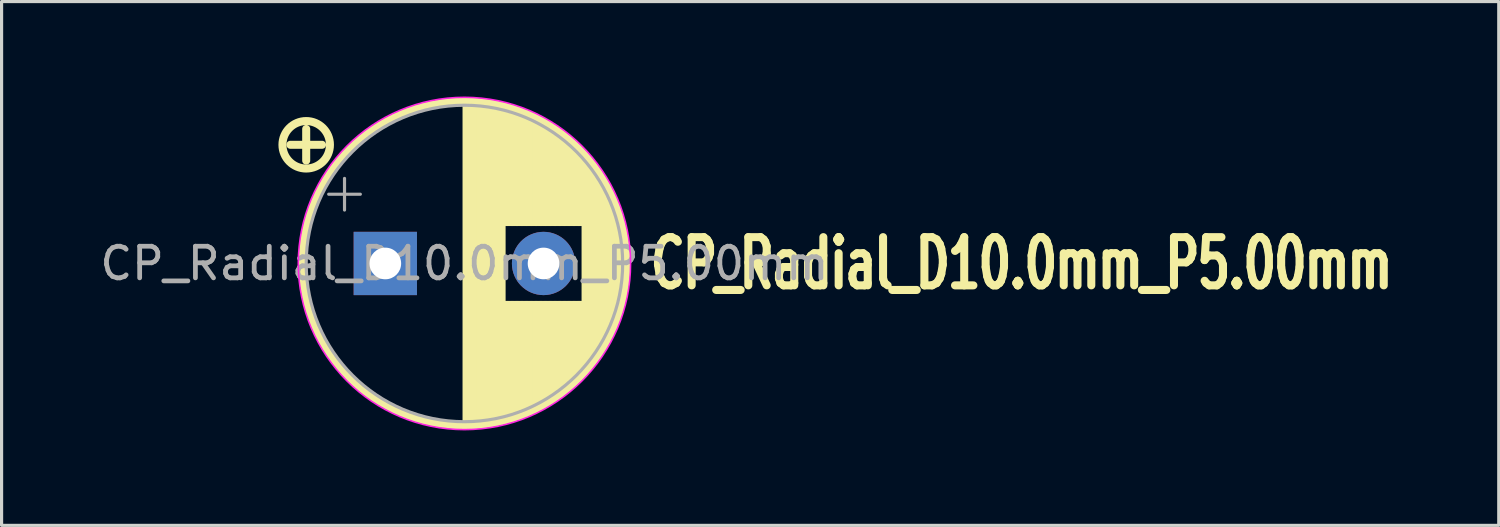
<source format=kicad_pcb>
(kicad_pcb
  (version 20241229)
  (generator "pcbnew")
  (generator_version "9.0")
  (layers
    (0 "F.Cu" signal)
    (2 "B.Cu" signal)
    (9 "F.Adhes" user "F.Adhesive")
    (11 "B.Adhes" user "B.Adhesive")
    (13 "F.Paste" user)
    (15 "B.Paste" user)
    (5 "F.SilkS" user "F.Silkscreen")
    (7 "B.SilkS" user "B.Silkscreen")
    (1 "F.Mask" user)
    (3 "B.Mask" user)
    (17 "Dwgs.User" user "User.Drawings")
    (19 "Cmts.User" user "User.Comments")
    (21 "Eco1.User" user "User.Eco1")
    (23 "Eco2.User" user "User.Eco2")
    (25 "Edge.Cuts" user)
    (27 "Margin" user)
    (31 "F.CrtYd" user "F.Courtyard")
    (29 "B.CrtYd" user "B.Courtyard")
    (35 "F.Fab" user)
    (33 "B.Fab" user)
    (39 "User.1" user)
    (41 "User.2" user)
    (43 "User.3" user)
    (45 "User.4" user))
  (footprint "CP_Radial_D10.0mm_P5.00mm"
    (layer "F.Cu")
    (at 9.125 5.275)
    (property "Reference" "CP_Radial_D10.0mm_P5.00mm" (at 8.255 0 0) (layer "F.SilkS") (effects (font (size 1.524 1.016) (thickness 0.254)) (justify left)))
    (attr through_hole)
    (fp_line (start -2.5 -4.25) (end -2.5 -3.25) (stroke (width 0.254) (type solid)) (layer "F.SilkS"))
    (fp_line (start -2 -3.75) (end -3 -3.75) (stroke (width 0.254) (type solid)) (layer "F.SilkS"))
    (fp_line (start 2.5 -5.08) (end 2.5 5.08) (stroke (width 0.12) (type solid)) (layer "F.SilkS"))
    (fp_line (start 2.54 -5.08) (end 2.54 5.08) (stroke (width 0.12) (type solid)) (layer "F.SilkS"))
    (fp_line (start 2.58 -5.08) (end 2.58 5.08) (stroke (width 0.12) (type solid)) (layer "F.SilkS"))
    (fp_line (start 2.62 -5.079) (end 2.62 5.079) (stroke (width 0.12) (type solid)) (layer "F.SilkS"))
    (fp_line (start 2.66 -5.078) (end 2.66 5.078) (stroke (width 0.12) (type solid)) (layer "F.SilkS"))
    (fp_line (start 2.7 -5.077) (end 2.7 5.077) (stroke (width 0.12) (type solid)) (layer "F.SilkS"))
    (fp_line (start 2.74 -5.075) (end 2.74 5.075) (stroke (width 0.12) (type solid)) (layer "F.SilkS"))
    (fp_line (start 2.78 -5.073) (end 2.78 5.073) (stroke (width 0.12) (type solid)) (layer "F.SilkS"))
    (fp_line (start 2.82 -5.07) (end 2.82 5.07) (stroke (width 0.12) (type solid)) (layer "F.SilkS"))
    (fp_line (start 2.86 -5.068) (end 2.86 5.068) (stroke (width 0.12) (type solid)) (layer "F.SilkS"))
    (fp_line (start 2.9 -5.065) (end 2.9 5.065) (stroke (width 0.12) (type solid)) (layer "F.SilkS"))
    (fp_line (start 2.94 -5.062) (end 2.94 5.062) (stroke (width 0.12) (type solid)) (layer "F.SilkS"))
    (fp_line (start 2.98 -5.058) (end 2.98 5.058) (stroke (width 0.12) (type solid)) (layer "F.SilkS"))
    (fp_line (start 3.02 -5.054) (end 3.02 5.054) (stroke (width 0.12) (type solid)) (layer "F.SilkS"))
    (fp_line (start 3.06 -5.05) (end 3.06 5.05) (stroke (width 0.12) (type solid)) (layer "F.SilkS"))
    (fp_line (start 3.1 -5.045) (end 3.1 5.045) (stroke (width 0.12) (type solid)) (layer "F.SilkS"))
    (fp_line (start 3.14 -5.04) (end 3.14 5.04) (stroke (width 0.12) (type solid)) (layer "F.SilkS"))
    (fp_line (start 3.18 -5.035) (end 3.18 5.035) (stroke (width 0.12) (type solid)) (layer "F.SilkS"))
    (fp_line (start 3.221 -5.03) (end 3.221 5.03) (stroke (width 0.12) (type solid)) (layer "F.SilkS"))
    (fp_line (start 3.261 -5.024) (end 3.261 5.024) (stroke (width 0.12) (type solid)) (layer "F.SilkS"))
    (fp_line (start 3.301 -5.018) (end 3.301 5.018) (stroke (width 0.12) (type solid)) (layer "F.SilkS"))
    (fp_line (start 3.341 -5.011) (end 3.341 5.011) (stroke (width 0.12) (type solid)) (layer "F.SilkS"))
    (fp_line (start 3.381 -5.004) (end 3.381 5.004) (stroke (width 0.12) (type solid)) (layer "F.SilkS"))
    (fp_line (start 3.421 -4.997) (end 3.421 4.997) (stroke (width 0.12) (type solid)) (layer "F.SilkS"))
    (fp_line (start 3.461 -4.99) (end 3.461 4.99) (stroke (width 0.12) (type solid)) (layer "F.SilkS"))
    (fp_line (start 3.501 -4.982) (end 3.501 4.982) (stroke (width 0.12) (type solid)) (layer "F.SilkS"))
    (fp_line (start 3.541 -4.974) (end 3.541 4.974) (stroke (width 0.12) (type solid)) (layer "F.SilkS"))
    (fp_line (start 3.581 -4.965) (end 3.581 4.965) (stroke (width 0.12) (type solid)) (layer "F.SilkS"))
    (fp_line (start 3.621 -4.956) (end 3.621 4.956) (stroke (width 0.12) (type solid)) (layer "F.SilkS"))
    (fp_line (start 3.661 -4.947) (end 3.661 4.947) (stroke (width 0.12) (type solid)) (layer "F.SilkS"))
    (fp_line (start 3.701 -4.938) (end 3.701 4.938) (stroke (width 0.12) (type solid)) (layer "F.SilkS"))
    (fp_line (start 3.741 -4.928) (end 3.741 4.928) (stroke (width 0.12) (type solid)) (layer "F.SilkS"))
    (fp_line (start 3.781 -4.918) (end 3.781 -1.241) (stroke (width 0.12) (type solid)) (layer "F.SilkS"))
    (fp_line (start 3.781 1.241) (end 3.781 4.918) (stroke (width 0.12) (type solid)) (layer "F.SilkS"))
    (fp_line (start 3.821 -4.907) (end 3.821 -1.241) (stroke (width 0.12) (type solid)) (layer "F.SilkS"))
    (fp_line (start 3.821 1.241) (end 3.821 4.907) (stroke (width 0.12) (type solid)) (layer "F.SilkS"))
    (fp_line (start 3.861 -4.897) (end 3.861 -1.241) (stroke (width 0.12) (type solid)) (layer "F.SilkS"))
    (fp_line (start 3.861 1.241) (end 3.861 4.897) (stroke (width 0.12) (type solid)) (layer "F.SilkS"))
    (fp_line (start 3.901 -4.885) (end 3.901 -1.241) (stroke (width 0.12) (type solid)) (layer "F.SilkS"))
    (fp_line (start 3.901 1.241) (end 3.901 4.885) (stroke (width 0.12) (type solid)) (layer "F.SilkS"))
    (fp_line (start 3.941 -4.874) (end 3.941 -1.241) (stroke (width 0.12) (type solid)) (layer "F.SilkS"))
    (fp_line (start 3.941 1.241) (end 3.941 4.874) (stroke (width 0.12) (type solid)) (layer "F.SilkS"))
    (fp_line (start 3.981 -4.862) (end 3.981 -1.241) (stroke (width 0.12) (type solid)) (layer "F.SilkS"))
    (fp_line (start 3.981 1.241) (end 3.981 4.862) (stroke (width 0.12) (type solid)) (layer "F.SilkS"))
    (fp_line (start 4.021 -4.85) (end 4.021 -1.241) (stroke (width 0.12) (type solid)) (layer "F.SilkS"))
    (fp_line (start 4.021 1.241) (end 4.021 4.85) (stroke (width 0.12) (type solid)) (layer "F.SilkS"))
    (fp_line (start 4.061 -4.837) (end 4.061 -1.241) (stroke (width 0.12) (type solid)) (layer "F.SilkS"))
    (fp_line (start 4.061 1.241) (end 4.061 4.837) (stroke (width 0.12) (type solid)) (layer "F.SilkS"))
    (fp_line (start 4.101 -4.824) (end 4.101 -1.241) (stroke (width 0.12) (type solid)) (layer "F.SilkS"))
    (fp_line (start 4.101 1.241) (end 4.101 4.824) (stroke (width 0.12) (type solid)) (layer "F.SilkS"))
    (fp_line (start 4.141 -4.811) (end 4.141 -1.241) (stroke (width 0.12) (type solid)) (layer "F.SilkS"))
    (fp_line (start 4.141 1.241) (end 4.141 4.811) (stroke (width 0.12) (type solid)) (layer "F.SilkS"))
    (fp_line (start 4.181 -4.797) (end 4.181 -1.241) (stroke (width 0.12) (type solid)) (layer "F.SilkS"))
    (fp_line (start 4.181 1.241) (end 4.181 4.797) (stroke (width 0.12) (type solid)) (layer "F.SilkS"))
    (fp_line (start 4.221 -4.783) (end 4.221 -1.241) (stroke (width 0.12) (type solid)) (layer "F.SilkS"))
    (fp_line (start 4.221 1.241) (end 4.221 4.783) (stroke (width 0.12) (type solid)) (layer "F.SilkS"))
    (fp_line (start 4.261 -4.768) (end 4.261 -1.241) (stroke (width 0.12) (type solid)) (layer "F.SilkS"))
    (fp_line (start 4.261 1.241) (end 4.261 4.768) (stroke (width 0.12) (type solid)) (layer "F.SilkS"))
    (fp_line (start 4.301 -4.754) (end 4.301 -1.241) (stroke (width 0.12) (type solid)) (layer "F.SilkS"))
    (fp_line (start 4.301 1.241) (end 4.301 4.754) (stroke (width 0.12) (type solid)) (layer "F.SilkS"))
    (fp_line (start 4.341 -4.738) (end 4.341 -1.241) (stroke (width 0.12) (type solid)) (layer "F.SilkS"))
    (fp_line (start 4.341 1.241) (end 4.341 4.738) (stroke (width 0.12) (type solid)) (layer "F.SilkS"))
    (fp_line (start 4.381 -4.723) (end 4.381 -1.241) (stroke (width 0.12) (type solid)) (layer "F.SilkS"))
    (fp_line (start 4.381 1.241) (end 4.381 4.723) (stroke (width 0.12) (type solid)) (layer "F.SilkS"))
    (fp_line (start 4.421 -4.707) (end 4.421 -1.241) (stroke (width 0.12) (type solid)) (layer "F.SilkS"))
    (fp_line (start 4.421 1.241) (end 4.421 4.707) (stroke (width 0.12) (type solid)) (layer "F.SilkS"))
    (fp_line (start 4.461 -4.69) (end 4.461 -1.241) (stroke (width 0.12) (type solid)) (layer "F.SilkS"))
    (fp_line (start 4.461 1.241) (end 4.461 4.69) (stroke (width 0.12) (type solid)) (layer "F.SilkS"))
    (fp_line (start 4.501 -4.674) (end 4.501 -1.241) (stroke (width 0.12) (type solid)) (layer "F.SilkS"))
    (fp_line (start 4.501 1.241) (end 4.501 4.674) (stroke (width 0.12) (type solid)) (layer "F.SilkS"))
    (fp_line (start 4.541 -4.657) (end 4.541 -1.241) (stroke (width 0.12) (type solid)) (layer "F.SilkS"))
    (fp_line (start 4.541 1.241) (end 4.541 4.657) (stroke (width 0.12) (type solid)) (layer "F.SilkS"))
    (fp_line (start 4.581 -4.639) (end 4.581 -1.241) (stroke (width 0.12) (type solid)) (layer "F.SilkS"))
    (fp_line (start 4.581 1.241) (end 4.581 4.639) (stroke (width 0.12) (type solid)) (layer "F.SilkS"))
    (fp_line (start 4.621 -4.621) (end 4.621 -1.241) (stroke (width 0.12) (type solid)) (layer "F.SilkS"))
    (fp_line (start 4.621 1.241) (end 4.621 4.621) (stroke (width 0.12) (type solid)) (layer "F.SilkS"))
    (fp_line (start 4.661 -4.603) (end 4.661 -1.241) (stroke (width 0.12) (type solid)) (layer "F.SilkS"))
    (fp_line (start 4.661 1.241) (end 4.661 4.603) (stroke (width 0.12) (type solid)) (layer "F.SilkS"))
    (fp_line (start 4.701 -4.584) (end 4.701 -1.241) (stroke (width 0.12) (type solid)) (layer "F.SilkS"))
    (fp_line (start 4.701 1.241) (end 4.701 4.584) (stroke (width 0.12) (type solid)) (layer "F.SilkS"))
    (fp_line (start 4.741 -4.564) (end 4.741 -1.241) (stroke (width 0.12) (type solid)) (layer "F.SilkS"))
    (fp_line (start 4.741 1.241) (end 4.741 4.564) (stroke (width 0.12) (type solid)) (layer "F.SilkS"))
    (fp_line (start 4.781 -4.545) (end 4.781 -1.241) (stroke (width 0.12) (type solid)) (layer "F.SilkS"))
    (fp_line (start 4.781 1.241) (end 4.781 4.545) (stroke (width 0.12) (type solid)) (layer "F.SilkS"))
    (fp_line (start 4.821 -4.525) (end 4.821 -1.241) (stroke (width 0.12) (type solid)) (layer "F.SilkS"))
    (fp_line (start 4.821 1.241) (end 4.821 4.525) (stroke (width 0.12) (type solid)) (layer "F.SilkS"))
    (fp_line (start 4.861 -4.504) (end 4.861 -1.241) (stroke (width 0.12) (type solid)) (layer "F.SilkS"))
    (fp_line (start 4.861 1.241) (end 4.861 4.504) (stroke (width 0.12) (type solid)) (layer "F.SilkS"))
    (fp_line (start 4.901 -4.483) (end 4.901 -1.241) (stroke (width 0.12) (type solid)) (layer "F.SilkS"))
    (fp_line (start 4.901 1.241) (end 4.901 4.483) (stroke (width 0.12) (type solid)) (layer "F.SilkS"))
    (fp_line (start 4.941 -4.462) (end 4.941 -1.241) (stroke (width 0.12) (type solid)) (layer "F.SilkS"))
    (fp_line (start 4.941 1.241) (end 4.941 4.462) (stroke (width 0.12) (type solid)) (layer "F.SilkS"))
    (fp_line (start 4.981 -4.44) (end 4.981 -1.241) (stroke (width 0.12) (type solid)) (layer "F.SilkS"))
    (fp_line (start 4.981 1.241) (end 4.981 4.44) (stroke (width 0.12) (type solid)) (layer "F.SilkS"))
    (fp_line (start 5.021 -4.417) (end 5.021 -1.241) (stroke (width 0.12) (type solid)) (layer "F.SilkS"))
    (fp_line (start 5.021 1.241) (end 5.021 4.417) (stroke (width 0.12) (type solid)) (layer "F.SilkS"))
    (fp_line (start 5.061 -4.395) (end 5.061 -1.241) (stroke (width 0.12) (type solid)) (layer "F.SilkS"))
    (fp_line (start 5.061 1.241) (end 5.061 4.395) (stroke (width 0.12) (type solid)) (layer "F.SilkS"))
    (fp_line (start 5.101 -4.371) (end 5.101 -1.241) (stroke (width 0.12) (type solid)) (layer "F.SilkS"))
    (fp_line (start 5.101 1.241) (end 5.101 4.371) (stroke (width 0.12) (type solid)) (layer "F.SilkS"))
    (fp_line (start 5.141 -4.347) (end 5.141 -1.241) (stroke (width 0.12) (type solid)) (layer "F.SilkS"))
    (fp_line (start 5.141 1.241) (end 5.141 4.347) (stroke (width 0.12) (type solid)) (layer "F.SilkS"))
    (fp_line (start 5.181 -4.323) (end 5.181 -1.241) (stroke (width 0.12) (type solid)) (layer "F.SilkS"))
    (fp_line (start 5.181 1.241) (end 5.181 4.323) (stroke (width 0.12) (type solid)) (layer "F.SilkS"))
    (fp_line (start 5.221 -4.298) (end 5.221 -1.241) (stroke (width 0.12) (type solid)) (layer "F.SilkS"))
    (fp_line (start 5.221 1.241) (end 5.221 4.298) (stroke (width 0.12) (type solid)) (layer "F.SilkS"))
    (fp_line (start 5.261 -4.273) (end 5.261 -1.241) (stroke (width 0.12) (type solid)) (layer "F.SilkS"))
    (fp_line (start 5.261 1.241) (end 5.261 4.273) (stroke (width 0.12) (type solid)) (layer "F.SilkS"))
    (fp_line (start 5.301 -4.247) (end 5.301 -1.241) (stroke (width 0.12) (type solid)) (layer "F.SilkS"))
    (fp_line (start 5.301 1.241) (end 5.301 4.247) (stroke (width 0.12) (type solid)) (layer "F.SilkS"))
    (fp_line (start 5.341 -4.221) (end 5.341 -1.241) (stroke (width 0.12) (type solid)) (layer "F.SilkS"))
    (fp_line (start 5.341 1.241) (end 5.341 4.221) (stroke (width 0.12) (type solid)) (layer "F.SilkS"))
    (fp_line (start 5.381 -4.194) (end 5.381 -1.241) (stroke (width 0.12) (type solid)) (layer "F.SilkS"))
    (fp_line (start 5.381 1.241) (end 5.381 4.194) (stroke (width 0.12) (type solid)) (layer "F.SilkS"))
    (fp_line (start 5.421 -4.166) (end 5.421 -1.241) (stroke (width 0.12) (type solid)) (layer "F.SilkS"))
    (fp_line (start 5.421 1.241) (end 5.421 4.166) (stroke (width 0.12) (type solid)) (layer "F.SilkS"))
    (fp_line (start 5.461 -4.138) (end 5.461 -1.241) (stroke (width 0.12) (type solid)) (layer "F.SilkS"))
    (fp_line (start 5.461 1.241) (end 5.461 4.138) (stroke (width 0.12) (type solid)) (layer "F.SilkS"))
    (fp_line (start 5.501 -4.11) (end 5.501 -1.241) (stroke (width 0.12) (type solid)) (layer "F.SilkS"))
    (fp_line (start 5.501 1.241) (end 5.501 4.11) (stroke (width 0.12) (type solid)) (layer "F.SilkS"))
    (fp_line (start 5.541 -4.08) (end 5.541 -1.241) (stroke (width 0.12) (type solid)) (layer "F.SilkS"))
    (fp_line (start 5.541 1.241) (end 5.541 4.08) (stroke (width 0.12) (type solid)) (layer "F.SilkS"))
    (fp_line (start 5.581 -4.05) (end 5.581 -1.241) (stroke (width 0.12) (type solid)) (layer "F.SilkS"))
    (fp_line (start 5.581 1.241) (end 5.581 4.05) (stroke (width 0.12) (type solid)) (layer "F.SilkS"))
    (fp_line (start 5.621 -4.02) (end 5.621 -1.241) (stroke (width 0.12) (type solid)) (layer "F.SilkS"))
    (fp_line (start 5.621 1.241) (end 5.621 4.02) (stroke (width 0.12) (type solid)) (layer "F.SilkS"))
    (fp_line (start 5.661 -3.989) (end 5.661 -1.241) (stroke (width 0.12) (type solid)) (layer "F.SilkS"))
    (fp_line (start 5.661 1.241) (end 5.661 3.989) (stroke (width 0.12) (type solid)) (layer "F.SilkS"))
    (fp_line (start 5.701 -3.957) (end 5.701 -1.241) (stroke (width 0.12) (type solid)) (layer "F.SilkS"))
    (fp_line (start 5.701 1.241) (end 5.701 3.957) (stroke (width 0.12) (type solid)) (layer "F.SilkS"))
    (fp_line (start 5.741 -3.925) (end 5.741 -1.241) (stroke (width 0.12) (type solid)) (layer "F.SilkS"))
    (fp_line (start 5.741 1.241) (end 5.741 3.925) (stroke (width 0.12) (type solid)) (layer "F.SilkS"))
    (fp_line (start 5.781 -3.892) (end 5.781 -1.241) (stroke (width 0.12) (type solid)) (layer "F.SilkS"))
    (fp_line (start 5.781 1.241) (end 5.781 3.892) (stroke (width 0.12) (type solid)) (layer "F.SilkS"))
    (fp_line (start 5.821 -3.858) (end 5.821 -1.241) (stroke (width 0.12) (type solid)) (layer "F.SilkS"))
    (fp_line (start 5.821 1.241) (end 5.821 3.858) (stroke (width 0.12) (type solid)) (layer "F.SilkS"))
    (fp_line (start 5.861 -3.824) (end 5.861 -1.241) (stroke (width 0.12) (type solid)) (layer "F.SilkS"))
    (fp_line (start 5.861 1.241) (end 5.861 3.824) (stroke (width 0.12) (type solid)) (layer "F.SilkS"))
    (fp_line (start 5.901 -3.789) (end 5.901 -1.241) (stroke (width 0.12) (type solid)) (layer "F.SilkS"))
    (fp_line (start 5.901 1.241) (end 5.901 3.789) (stroke (width 0.12) (type solid)) (layer "F.SilkS"))
    (fp_line (start 5.941 -3.753) (end 5.941 -1.241) (stroke (width 0.12) (type solid)) (layer "F.SilkS"))
    (fp_line (start 5.941 1.241) (end 5.941 3.753) (stroke (width 0.12) (type solid)) (layer "F.SilkS"))
    (fp_line (start 5.981 -3.716) (end 5.981 -1.241) (stroke (width 0.12) (type solid)) (layer "F.SilkS"))
    (fp_line (start 5.981 1.241) (end 5.981 3.716) (stroke (width 0.12) (type solid)) (layer "F.SilkS"))
    (fp_line (start 6.021 -3.679) (end 6.021 -1.241) (stroke (width 0.12) (type solid)) (layer "F.SilkS"))
    (fp_line (start 6.021 1.241) (end 6.021 3.679) (stroke (width 0.12) (type solid)) (layer "F.SilkS"))
    (fp_line (start 6.061 -3.64) (end 6.061 -1.241) (stroke (width 0.12) (type solid)) (layer "F.SilkS"))
    (fp_line (start 6.061 1.241) (end 6.061 3.64) (stroke (width 0.12) (type solid)) (layer "F.SilkS"))
    (fp_line (start 6.101 -3.601) (end 6.101 -1.241) (stroke (width 0.12) (type solid)) (layer "F.SilkS"))
    (fp_line (start 6.101 1.241) (end 6.101 3.601) (stroke (width 0.12) (type solid)) (layer "F.SilkS"))
    (fp_line (start 6.141 -3.561) (end 6.141 -1.241) (stroke (width 0.12) (type solid)) (layer "F.SilkS"))
    (fp_line (start 6.141 1.241) (end 6.141 3.561) (stroke (width 0.12) (type solid)) (layer "F.SilkS"))
    (fp_line (start 6.181 -3.52) (end 6.181 -1.241) (stroke (width 0.12) (type solid)) (layer "F.SilkS"))
    (fp_line (start 6.181 1.241) (end 6.181 3.52) (stroke (width 0.12) (type solid)) (layer "F.SilkS"))
    (fp_line (start 6.221 -3.478) (end 6.221 -1.241) (stroke (width 0.12) (type solid)) (layer "F.SilkS"))
    (fp_line (start 6.221 1.241) (end 6.221 3.478) (stroke (width 0.12) (type solid)) (layer "F.SilkS"))
    (fp_line (start 6.261 -3.436) (end 6.261 3.436) (stroke (width 0.12) (type solid)) (layer "F.SilkS"))
    (fp_line (start 6.301 -3.392) (end 6.301 3.392) (stroke (width 0.12) (type solid)) (layer "F.SilkS"))
    (fp_line (start 6.341 -3.347) (end 6.341 3.347) (stroke (width 0.12) (type solid)) (layer "F.SilkS"))
    (fp_line (start 6.381 -3.301) (end 6.381 3.301) (stroke (width 0.12) (type solid)) (layer "F.SilkS"))
    (fp_line (start 6.421 -3.254) (end 6.421 3.254) (stroke (width 0.12) (type solid)) (layer "F.SilkS"))
    (fp_line (start 6.461 -3.206) (end 6.461 3.206) (stroke (width 0.12) (type solid)) (layer "F.SilkS"))
    (fp_line (start 6.501 -3.156) (end 6.501 3.156) (stroke (width 0.12) (type solid)) (layer "F.SilkS"))
    (fp_line (start 6.541 -3.106) (end 6.541 3.106) (stroke (width 0.12) (type solid)) (layer "F.SilkS"))
    (fp_line (start 6.581 -3.054) (end 6.581 3.054) (stroke (width 0.12) (type solid)) (layer "F.SilkS"))
    (fp_line (start 6.621 -3) (end 6.621 3) (stroke (width 0.12) (type solid)) (layer "F.SilkS"))
    (fp_line (start 6.661 -2.945) (end 6.661 2.945) (stroke (width 0.12) (type solid)) (layer "F.SilkS"))
    (fp_line (start 6.701 -2.889) (end 6.701 2.889) (stroke (width 0.12) (type solid)) (layer "F.SilkS"))
    (fp_line (start 6.741 -2.83) (end 6.741 2.83) (stroke (width 0.12) (type solid)) (layer "F.SilkS"))
    (fp_line (start 6.781 -2.77) (end 6.781 2.77) (stroke (width 0.12) (type solid)) (layer "F.SilkS"))
    (fp_line (start 6.821 -2.709) (end 6.821 2.709) (stroke (width 0.12) (type solid)) (layer "F.SilkS"))
    (fp_line (start 6.861 -2.645) (end 6.861 2.645) (stroke (width 0.12) (type solid)) (layer "F.SilkS"))
    (fp_line (start 6.901 -2.579) (end 6.901 2.579) (stroke (width 0.12) (type solid)) (layer "F.SilkS"))
    (fp_line (start 6.941 -2.51) (end 6.941 2.51) (stroke (width 0.12) (type solid)) (layer "F.SilkS"))
    (fp_line (start 6.981 -2.439) (end 6.981 2.439) (stroke (width 0.12) (type solid)) (layer "F.SilkS"))
    (fp_line (start 7.021 -2.365) (end 7.021 2.365) (stroke (width 0.12) (type solid)) (layer "F.SilkS"))
    (fp_line (start 7.061 -2.289) (end 7.061 2.289) (stroke (width 0.12) (type solid)) (layer "F.SilkS"))
    (fp_line (start 7.101 -2.209) (end 7.101 2.209) (stroke (width 0.12) (type solid)) (layer "F.SilkS"))
    (fp_line (start 7.141 -2.125) (end 7.141 2.125) (stroke (width 0.12) (type solid)) (layer "F.SilkS"))
    (fp_line (start 7.181 -2.037) (end 7.181 2.037) (stroke (width 0.12) (type solid)) (layer "F.SilkS"))
    (fp_line (start 7.221 -1.944) (end 7.221 1.944) (stroke (width 0.12) (type solid)) (layer "F.SilkS"))
    (fp_line (start 7.261 -1.846) (end 7.261 1.846) (stroke (width 0.12) (type solid)) (layer "F.SilkS"))
    (fp_line (start 7.301 -1.742) (end 7.301 1.742) (stroke (width 0.12) (type solid)) (layer "F.SilkS"))
    (fp_line (start 7.341 -1.63) (end 7.341 1.63) (stroke (width 0.12) (type solid)) (layer "F.SilkS"))
    (fp_line (start 7.381 -1.51) (end 7.381 1.51) (stroke (width 0.12) (type solid)) (layer "F.SilkS"))
    (fp_line (start 7.421 -1.378) (end 7.421 1.378) (stroke (width 0.12) (type solid)) (layer "F.SilkS"))
    (fp_line (start 7.461 -1.23) (end 7.461 1.23) (stroke (width 0.12) (type solid)) (layer "F.SilkS"))
    (fp_line (start 7.501 -1.062) (end 7.501 1.062) (stroke (width 0.12) (type solid)) (layer "F.SilkS"))
    (fp_line (start 7.541 -0.862) (end 7.541 0.862) (stroke (width 0.12) (type solid)) (layer "F.SilkS"))
    (fp_line (start 7.581 -0.599) (end 7.581 0.599) (stroke (width 0.12) (type solid)) (layer "F.SilkS"))
    (fp_circle (center -2.5 -3.75) (end -1.75 -3.75) (stroke (width 0.254) (type solid)) (fill no) (layer "F.SilkS"))
    (fp_circle (center 2.5 0) (end 7.62 0) (stroke (width 0.254) (type solid)) (fill no) (layer "F.SilkS"))
    (fp_circle (center 2.5 0) (end 7.75 0) (stroke (width 0.05) (type solid)) (fill no) (layer "F.CrtYd"))
    (fp_line (start -1.789 -2.188) (end -0.789 -2.188) (stroke (width 0.1) (type solid)) (layer "F.Fab"))
    (fp_line (start -1.289 -2.688) (end -1.289 -1.688) (stroke (width 0.1) (type solid)) (layer "F.Fab"))
    (fp_circle (center 2.5 0) (end 7.5 0) (stroke (width 0.1) (type solid)) (fill no) (layer "F.Fab"))
    (fp_text user "${REFERENCE}" (at 2.5 0 0) (layer "F.Fab") (effects (font (size 1 1) (thickness 0.15))))
    (pad "1" thru_hole rect (at 0 0) (size 2 2) (drill 1) (layers "*.Cu" "*.Mask"))
    (pad "2" thru_hole circle (at 5 0) (size 2 2) (drill 1) (layers "*.Cu" "*.Mask")))
  (gr_rect
    (start -3 -3)
    (end 44.307 13.55)
    (stroke (width 0.1) (type default))
    (fill no)
    (layer "Edge.Cuts")))
</source>
